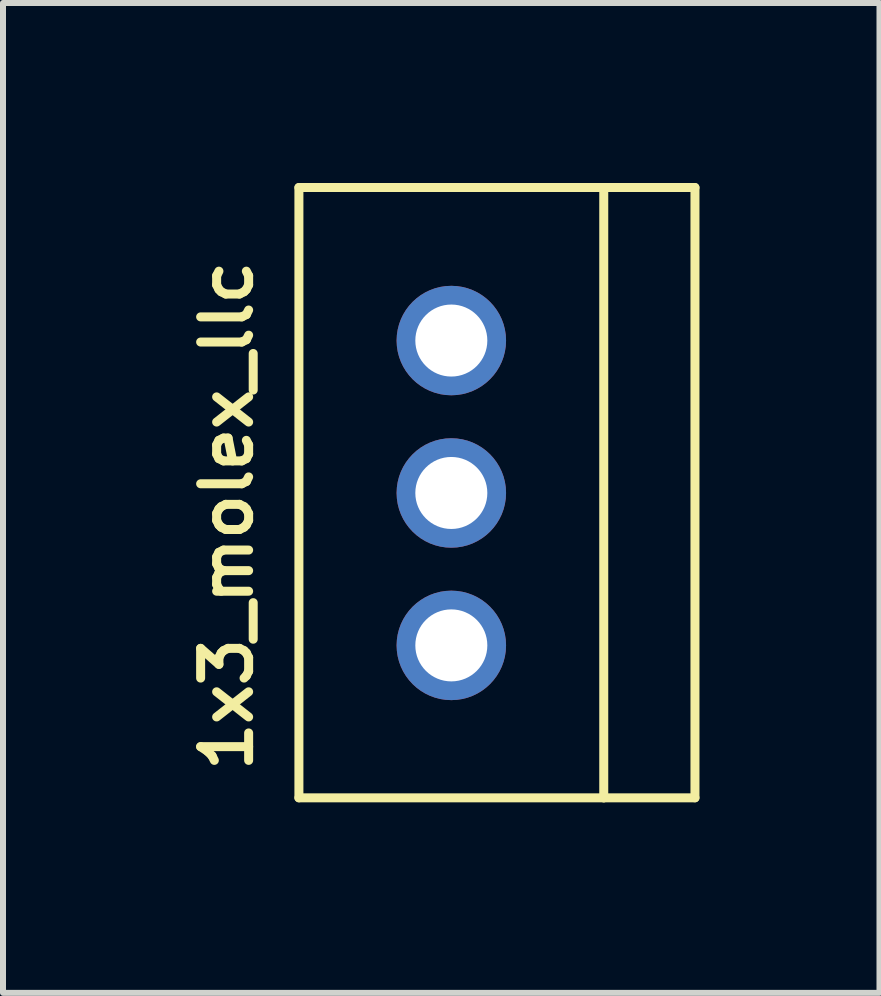
<source format=kicad_pcb>
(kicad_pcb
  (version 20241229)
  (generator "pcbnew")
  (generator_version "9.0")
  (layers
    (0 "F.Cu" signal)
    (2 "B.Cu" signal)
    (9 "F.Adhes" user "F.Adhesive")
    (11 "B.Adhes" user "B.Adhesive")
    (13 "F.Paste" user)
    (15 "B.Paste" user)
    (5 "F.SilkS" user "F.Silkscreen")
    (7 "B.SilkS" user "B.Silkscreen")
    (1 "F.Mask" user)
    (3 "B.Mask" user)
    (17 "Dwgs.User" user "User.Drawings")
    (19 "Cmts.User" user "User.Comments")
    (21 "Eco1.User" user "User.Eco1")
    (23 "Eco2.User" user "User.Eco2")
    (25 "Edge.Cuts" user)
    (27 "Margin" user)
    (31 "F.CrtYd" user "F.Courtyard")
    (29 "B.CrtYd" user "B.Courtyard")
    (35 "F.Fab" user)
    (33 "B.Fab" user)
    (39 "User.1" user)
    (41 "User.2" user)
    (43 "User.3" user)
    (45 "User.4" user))
  (footprint "1x3_molex_llc"
    (layer "F.Cu")
    (at 1.931 10.245)
    (property "Reference" "1x3_molex_llc" (at -1.2 -4.7 90) (layer "F.SilkS") (effects (font (size 0.8 0.8) (thickness 0.15))))
    (attr through_hole)
    (fp_line (start 0 0) (end 0 -10.17) (stroke (width 0.15) (type solid)) (layer "F.SilkS"))
    (fp_line (start 0 0) (end 5.08 0) (stroke (width 0.15) (type solid)) (layer "F.SilkS"))
    (fp_line (start 5.08 -10.17) (end 0 -10.17) (stroke (width 0.15) (type solid)) (layer "F.SilkS"))
    (fp_line (start 5.08 -10.17) (end 5.08 0) (stroke (width 0.15) (type solid)) (layer "F.SilkS"))
    (fp_line (start 5.08 -10.17) (end 6.6 -10.17) (stroke (width 0.15) (type solid)) (layer "F.SilkS"))
    (fp_line (start 5.08 0) (end 6.6 0) (stroke (width 0.15) (type solid)) (layer "F.SilkS"))
    (fp_line (start 6.6 0) (end 6.6 -10.17) (stroke (width 0.15) (type solid)) (layer "F.SilkS"))
    (pad "1" thru_hole circle (at 2.54 -2.54) (size 1.824 1.824) (drill 1.2) (layers "*.Cu" "*.Mask"))
    (pad "2" thru_hole circle (at 2.54 -5.08) (size 1.824 1.824) (drill 1.2) (layers "*.Cu" "*.Mask"))
    (pad "3" thru_hole circle (at 2.54 -7.62) (size 1.824 1.824) (drill 1.2) (layers "*.Cu" "*.Mask")))
  (gr_rect
    (start -3 -3)
    (end 11.606 13.495)
    (stroke (width 0.1) (type default))
    (fill no)
    (layer "Edge.Cuts")))
</source>
